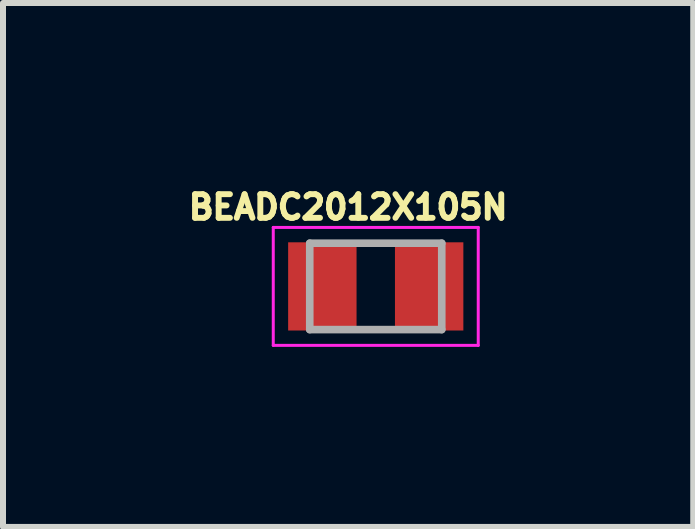
<source format=kicad_pcb>
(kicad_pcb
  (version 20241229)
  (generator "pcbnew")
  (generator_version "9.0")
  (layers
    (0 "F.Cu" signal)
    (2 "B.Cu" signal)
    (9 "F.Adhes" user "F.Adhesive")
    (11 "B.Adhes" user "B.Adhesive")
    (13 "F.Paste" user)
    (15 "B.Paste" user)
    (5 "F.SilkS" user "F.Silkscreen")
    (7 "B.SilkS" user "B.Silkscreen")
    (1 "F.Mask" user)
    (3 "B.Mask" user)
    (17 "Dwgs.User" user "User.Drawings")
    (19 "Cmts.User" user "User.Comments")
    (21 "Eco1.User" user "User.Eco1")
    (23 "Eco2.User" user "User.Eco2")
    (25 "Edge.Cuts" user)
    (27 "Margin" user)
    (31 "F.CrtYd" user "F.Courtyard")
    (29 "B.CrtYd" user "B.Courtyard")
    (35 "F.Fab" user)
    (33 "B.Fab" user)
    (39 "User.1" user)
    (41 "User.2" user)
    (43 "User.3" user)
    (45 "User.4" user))
  (footprint "BEADC2012X105N"
    (layer "F.Cu")
    (at 3.212 1.723)
    (property "Reference" "BEADC2012X105N" (at -0.46 -1.32 0) (layer "F.SilkS") (effects (font (size 0.394 0.394) (thickness 0.15))))
    (attr smd)
    (fp_line (start -1.708 -0.983) (end 1.708 -0.983) (stroke (width 0.05) (type solid)) (layer "F.CrtYd"))
    (fp_line (start -1.708 0.983) (end -1.708 -0.983) (stroke (width 0.05) (type solid)) (layer "F.CrtYd"))
    (fp_line (start -1.708 0.983) (end 1.708 0.983) (stroke (width 0.05) (type solid)) (layer "F.CrtYd"))
    (fp_line (start 1.708 0.983) (end 1.708 -0.983) (stroke (width 0.05) (type solid)) (layer "F.CrtYd"))
    (fp_line (start -1.1 0.72) (end -1.1 -0.72) (stroke (width 0.127) (type solid)) (layer "F.Fab"))
    (fp_line (start 1.1 -0.72) (end -1.1 -0.72) (stroke (width 0.127) (type solid)) (layer "F.Fab"))
    (fp_line (start 1.1 0.72) (end -1.1 0.72) (stroke (width 0.127) (type solid)) (layer "F.Fab"))
    (fp_line (start 1.1 0.72) (end 1.1 -0.72) (stroke (width 0.127) (type solid)) (layer "F.Fab"))
    (pad "1" smd rect (at -0.89 0) (size 1.14 1.47) (layers "F.Cu" "F.Mask" "F.Paste"))
    (pad "2" smd rect (at 0.89 0) (size 1.14 1.47) (layers "F.Cu" "F.Mask" "F.Paste")))
  (gr_rect
    (start -3 -3)
    (end 8.503 5.731)
    (stroke (width 0.1) (type default))
    (fill no)
    (layer "Edge.Cuts")))
</source>
